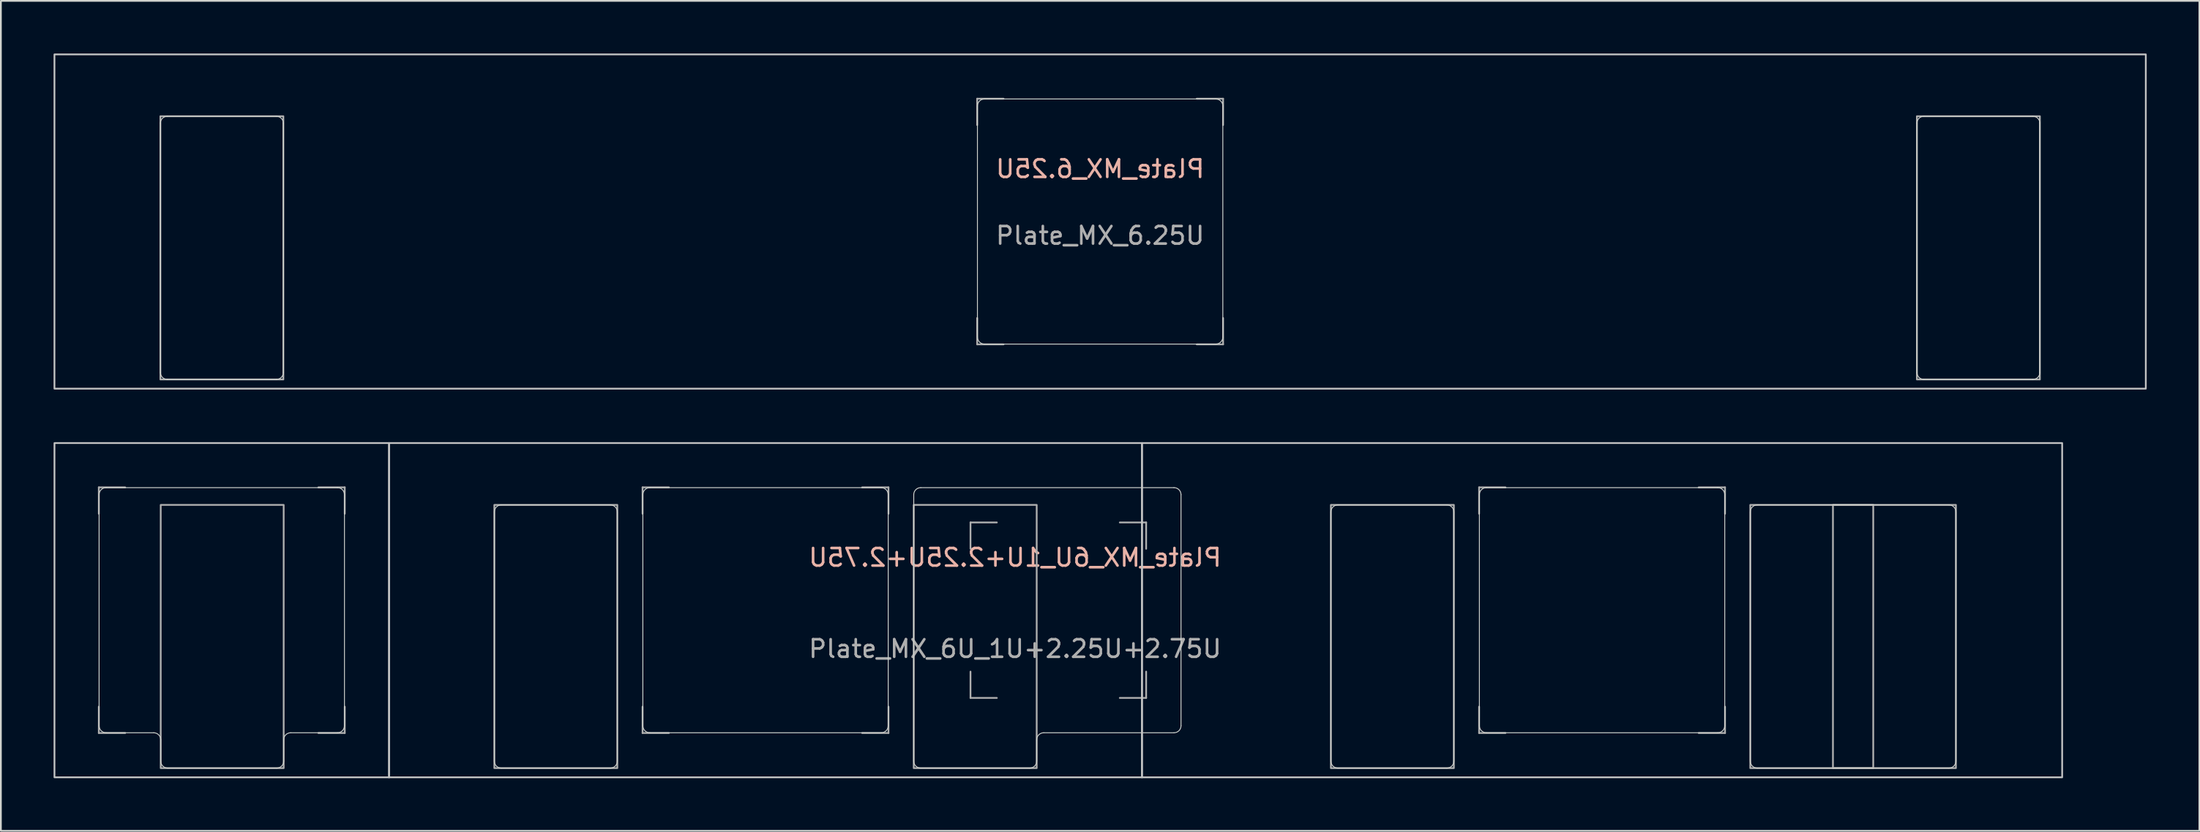
<source format=kicad_pcb>
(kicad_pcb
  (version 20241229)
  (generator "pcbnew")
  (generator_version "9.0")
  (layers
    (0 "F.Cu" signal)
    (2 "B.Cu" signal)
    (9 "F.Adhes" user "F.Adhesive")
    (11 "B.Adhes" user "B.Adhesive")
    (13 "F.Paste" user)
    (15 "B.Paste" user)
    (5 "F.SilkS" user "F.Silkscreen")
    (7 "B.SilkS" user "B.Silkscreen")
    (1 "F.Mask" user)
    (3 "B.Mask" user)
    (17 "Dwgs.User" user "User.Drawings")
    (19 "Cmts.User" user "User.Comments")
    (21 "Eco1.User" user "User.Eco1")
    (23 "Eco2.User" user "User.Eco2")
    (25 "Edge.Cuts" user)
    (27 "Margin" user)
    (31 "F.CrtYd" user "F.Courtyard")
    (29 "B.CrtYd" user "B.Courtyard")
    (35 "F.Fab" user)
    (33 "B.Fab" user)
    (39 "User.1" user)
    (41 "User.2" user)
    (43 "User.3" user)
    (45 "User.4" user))
  (footprint "Plate_MX_6U_1U+2.25U+2.75U"
    (layer "F.Cu")
    (at 54.739 31.725)
    (property "Reference" "Plate_MX_6U_1U+2.25U+2.75U" (at 0 -3 0) (layer "B.SilkS") (effects (font (size 1 1) (thickness 0.15)) (justify mirror)))
    (attr exclude_from_pos_files exclude_from_bom)
    (fp_rect (start -35.639 -9.525) (end -54.688 9.525) (stroke (width 0.1) (type default)) (fill no) (layer "Dwgs.User"))
    (fp_rect (start 7.224 -9.525) (end -35.639 9.525) (stroke (width 0.1) (type default)) (fill no) (layer "Dwgs.User"))
    (fp_rect (start 59.611 -9.525) (end 7.224 9.525) (stroke (width 0.1) (type default)) (fill no) (layer "Dwgs.User"))
    (fp_line (start -52.148 -6.585) (end -52.148 6.585) (stroke (width 0.05) (type default)) (layer "Edge.Cuts"))
    (fp_line (start -49.038 6.985) (end -51.748 6.985) (stroke (width 0.05) (type default)) (layer "Edge.Cuts"))
    (fp_line (start -48.639 7.385) (end -48.639 8.6) (stroke (width 0.05) (type default)) (layer "Edge.Cuts"))
    (fp_line (start -48.239 9) (end -42.038 9) (stroke (width 0.05) (type default)) (layer "Edge.Cuts"))
    (fp_line (start -41.639 8.6) (end -41.639 7.385) (stroke (width 0.05) (type default)) (layer "Edge.Cuts"))
    (fp_line (start -41.239 6.985) (end -38.578 6.985) (stroke (width 0.05) (type default)) (layer "Edge.Cuts"))
    (fp_line (start -38.578 -6.985) (end -51.748 -6.985) (stroke (width 0.05) (type default)) (layer "Edge.Cuts"))
    (fp_line (start -38.178 6.585) (end -38.178 -6.585) (stroke (width 0.05) (type default)) (layer "Edge.Cuts"))
    (fp_line (start -29.645 -5.6) (end -29.645 8.6) (stroke (width 0.05) (type default)) (layer "Edge.Cuts"))
    (fp_line (start -29.245 9) (end -23.045 9) (stroke (width 0.05) (type default)) (layer "Edge.Cuts"))
    (fp_line (start -23.045 -6) (end -29.245 -6) (stroke (width 0.05) (type default)) (layer "Edge.Cuts"))
    (fp_line (start -22.645 8.6) (end -22.645 -5.6) (stroke (width 0.05) (type default)) (layer "Edge.Cuts"))
    (fp_line (start -21.192 -6.585) (end -21.192 6.585) (stroke (width 0.05) (type default)) (layer "Edge.Cuts"))
    (fp_line (start -20.792 6.985) (end -7.622 6.985) (stroke (width 0.05) (type default)) (layer "Edge.Cuts"))
    (fp_line (start -7.622 -6.985) (end -20.792 -6.985) (stroke (width 0.05) (type default)) (layer "Edge.Cuts"))
    (fp_line (start -7.222 6.585) (end -7.222 -6.585) (stroke (width 0.05) (type default)) (layer "Edge.Cuts"))
    (fp_line (start -5.769 -6.585) (end -5.769 8.6) (stroke (width 0.05) (type default)) (layer "Edge.Cuts"))
    (fp_line (start -5.369 9) (end 0.831 9) (stroke (width 0.05) (type default)) (layer "Edge.Cuts"))
    (fp_line (start 1.231 8.6) (end 1.231 7.385) (stroke (width 0.05) (type default)) (layer "Edge.Cuts"))
    (fp_line (start 1.631 6.985) (end 9.046 6.985) (stroke (width 0.05) (type default)) (layer "Edge.Cuts"))
    (fp_line (start 9.046 -6.985) (end -5.369 -6.985) (stroke (width 0.05) (type default)) (layer "Edge.Cuts"))
    (fp_line (start 9.447 6.585) (end 9.447 -6.585) (stroke (width 0.05) (type default)) (layer "Edge.Cuts"))
    (fp_line (start 17.98 -5.6) (end 17.98 8.6) (stroke (width 0.05) (type default)) (layer "Edge.Cuts"))
    (fp_line (start 18.38 9) (end 24.58 9) (stroke (width 0.05) (type default)) (layer "Edge.Cuts"))
    (fp_line (start 24.58 -6) (end 18.38 -6) (stroke (width 0.05) (type default)) (layer "Edge.Cuts"))
    (fp_line (start 24.98 8.6) (end 24.98 -5.6) (stroke (width 0.05) (type default)) (layer "Edge.Cuts"))
    (fp_line (start 26.433 -6.585) (end 26.433 6.585) (stroke (width 0.05) (type default)) (layer "Edge.Cuts"))
    (fp_line (start 26.833 6.985) (end 40.003 6.985) (stroke (width 0.05) (type default)) (layer "Edge.Cuts"))
    (fp_line (start 40.003 -6.985) (end 26.833 -6.985) (stroke (width 0.05) (type default)) (layer "Edge.Cuts"))
    (fp_line (start 40.403 6.585) (end 40.403 -6.585) (stroke (width 0.05) (type default)) (layer "Edge.Cuts"))
    (fp_line (start 41.856 -5.6) (end 41.856 8.6) (stroke (width 0.05) (type default)) (layer "Edge.Cuts"))
    (fp_line (start 42.256 9) (end 53.161 9) (stroke (width 0.05) (type default)) (layer "Edge.Cuts"))
    (fp_line (start 53.161 -6) (end 42.256 -6) (stroke (width 0.05) (type default)) (layer "Edge.Cuts"))
    (fp_line (start 53.562 8.6) (end 53.562 -5.6) (stroke (width 0.05) (type default)) (layer "Edge.Cuts"))
    (fp_arc (start -52.1485 -6.585) (mid -52.031343 -6.867843) (end -51.7485 -6.985) (stroke (width 0.05) (type default)) (layer "Edge.Cuts"))
    (fp_arc (start -51.7485 6.985) (mid -52.031343 6.867843) (end -52.1485 6.585) (stroke (width 0.05) (type default)) (layer "Edge.Cuts"))
    (fp_arc (start -49.0385 6.985) (mid -48.755657 7.102157) (end -48.6385 7.385) (stroke (width 0.05) (type default)) (layer "Edge.Cuts"))
    (fp_arc (start -48.2385 9) (mid -48.521343 8.882843) (end -48.6385 8.6) (stroke (width 0.05) (type default)) (layer "Edge.Cuts"))
    (fp_arc (start -41.6385 7.385) (mid -41.521343 7.102157) (end -41.2385 6.985) (stroke (width 0.05) (type default)) (layer "Edge.Cuts"))
    (fp_arc (start -41.6385 8.6) (mid -41.755657 8.882843) (end -42.0385 9) (stroke (width 0.05) (type default)) (layer "Edge.Cuts"))
    (fp_arc (start -38.5785 -6.985) (mid -38.295657 -6.867843) (end -38.1785 -6.585) (stroke (width 0.05) (type default)) (layer "Edge.Cuts"))
    (fp_arc (start -38.1785 6.585) (mid -38.295657 6.867843) (end -38.5785 6.985) (stroke (width 0.05) (type default)) (layer "Edge.Cuts"))
    (fp_arc (start -29.64525 -5.6) (mid -29.52809 -5.882825) (end -29.24525 -6) (stroke (width 0.05) (type default)) (layer "Edge.Cuts"))
    (fp_arc (start -29.24525 9) (mid -29.528125 8.88286) (end -29.64525 8.6) (stroke (width 0.05) (type default)) (layer "Edge.Cuts"))
    (fp_arc (start -23.04525 -6) (mid -22.762375 -5.88286) (end -22.64525 -5.6) (stroke (width 0.05) (type default)) (layer "Edge.Cuts"))
    (fp_arc (start -22.64525 8.6) (mid -22.76241 8.882825) (end -23.04525 9) (stroke (width 0.05) (type default)) (layer "Edge.Cuts"))
    (fp_arc (start -21.19225 -6.585) (mid -21.07509 -6.867825) (end -20.79225 -6.985) (stroke (width 0.05) (type default)) (layer "Edge.Cuts"))
    (fp_arc (start -20.79225 6.985) (mid -21.075125 6.86786) (end -21.19225 6.585) (stroke (width 0.05) (type default)) (layer "Edge.Cuts"))
    (fp_arc (start -7.62225 -6.985) (mid -7.339375 -6.86786) (end -7.22225 -6.585) (stroke (width 0.05) (type default)) (layer "Edge.Cuts"))
    (fp_arc (start -7.22225 6.585) (mid -7.33941 6.867825) (end -7.62225 6.985) (stroke (width 0.05) (type default)) (layer "Edge.Cuts"))
    (fp_arc (start -5.76925 -6.585) (mid -5.65209 -6.867825) (end -5.36925 -6.985) (stroke (width 0.05) (type default)) (layer "Edge.Cuts"))
    (fp_arc (start -5.36925 9) (mid -5.652125 8.88286) (end -5.76925 8.6) (stroke (width 0.05) (type default)) (layer "Edge.Cuts"))
    (fp_arc (start 1.23075 7.385) (mid 1.347907 7.102157) (end 1.63075 6.985) (stroke (width 0.05) (type default)) (layer "Edge.Cuts"))
    (fp_arc (start 1.23075 8.6) (mid 1.113593 8.882843) (end 0.83075 9) (stroke (width 0.05) (type default)) (layer "Edge.Cuts"))
    (fp_arc (start 9.0465 -6.985) (mid 9.329343 -6.867843) (end 9.4465 -6.585) (stroke (width 0.05) (type default)) (layer "Edge.Cuts"))
    (fp_arc (start 9.4465 6.585) (mid 9.329343 6.867843) (end 9.0465 6.985) (stroke (width 0.05) (type default)) (layer "Edge.Cuts"))
    (fp_arc (start 17.97975 -5.6) (mid 18.096907 -5.882843) (end 18.37975 -6) (stroke (width 0.05) (type default)) (layer "Edge.Cuts"))
    (fp_arc (start 18.37975 9) (mid 18.096907 8.882843) (end 17.97975 8.6) (stroke (width 0.05) (type default)) (layer "Edge.Cuts"))
    (fp_arc (start 24.57975 -6) (mid 24.862593 -5.882843) (end 24.97975 -5.6) (stroke (width 0.05) (type default)) (layer "Edge.Cuts"))
    (fp_arc (start 24.97975 8.6) (mid 24.862593 8.882843) (end 24.57975 9) (stroke (width 0.05) (type default)) (layer "Edge.Cuts"))
    (fp_arc (start 26.43275 -6.585) (mid 26.549907 -6.867843) (end 26.83275 -6.985) (stroke (width 0.05) (type default)) (layer "Edge.Cuts"))
    (fp_arc (start 26.83275 6.985) (mid 26.549907 6.867843) (end 26.43275 6.585) (stroke (width 0.05) (type default)) (layer "Edge.Cuts"))
    (fp_arc (start 40.00275 -6.985) (mid 40.285593 -6.867843) (end 40.40275 -6.585) (stroke (width 0.05) (type default)) (layer "Edge.Cuts"))
    (fp_arc (start 40.40275 6.585) (mid 40.285593 6.867843) (end 40.00275 6.985) (stroke (width 0.05) (type default)) (layer "Edge.Cuts"))
    (fp_arc (start 41.85575 -5.6) (mid 41.972907 -5.882843) (end 42.25575 -6) (stroke (width 0.05) (type default)) (layer "Edge.Cuts"))
    (fp_arc (start 42.25575 9) (mid 41.972907 8.882843) (end 41.85575 8.6) (stroke (width 0.05) (type default)) (layer "Edge.Cuts"))
    (fp_arc (start 53.1615 -6) (mid 53.444343 -5.882843) (end 53.5615 -5.6) (stroke (width 0.05) (type default)) (layer "Edge.Cuts"))
    (fp_arc (start 53.5615 8.6) (mid 53.444343 8.882843) (end 53.1615 9) (stroke (width 0.05) (type default)) (layer "Edge.Cuts"))
    (fp_line (start -52.163 -5.5) (end -52.163 -7) (stroke (width 0.1) (type default)) (layer "F.Fab"))
    (fp_line (start -52.163 7) (end -52.163 5.5) (stroke (width 0.1) (type default)) (layer "F.Fab"))
    (fp_line (start -52.163 7) (end -50.663 7) (stroke (width 0.1) (type default)) (layer "F.Fab"))
    (fp_line (start -50.663 -7) (end -52.163 -7) (stroke (width 0.1) (type default)) (layer "F.Fab"))
    (fp_line (start -39.663 7) (end -38.163 7) (stroke (width 0.1) (type default)) (layer "F.Fab"))
    (fp_line (start -38.163 -7) (end -39.663 -7) (stroke (width 0.1) (type default)) (layer "F.Fab"))
    (fp_line (start -38.163 -7) (end -38.163 -5.5) (stroke (width 0.1) (type default)) (layer "F.Fab"))
    (fp_line (start -38.163 5.5) (end -38.163 7) (stroke (width 0.1) (type default)) (layer "F.Fab"))
    (fp_line (start -21.207 -5.5) (end -21.207 -7) (stroke (width 0.1) (type default)) (layer "F.Fab"))
    (fp_line (start -21.207 7) (end -21.207 5.5) (stroke (width 0.1) (type default)) (layer "F.Fab"))
    (fp_line (start -21.207 7) (end -19.707 7) (stroke (width 0.1) (type default)) (layer "F.Fab"))
    (fp_line (start -19.707 -7) (end -21.207 -7) (stroke (width 0.1) (type default)) (layer "F.Fab"))
    (fp_line (start -8.707 7) (end -7.207 7) (stroke (width 0.1) (type default)) (layer "F.Fab"))
    (fp_line (start -7.207 -7) (end -8.707 -7) (stroke (width 0.1) (type default)) (layer "F.Fab"))
    (fp_line (start -7.207 -7) (end -7.207 -5.5) (stroke (width 0.1) (type default)) (layer "F.Fab"))
    (fp_line (start -7.207 5.5) (end -7.207 7) (stroke (width 0.1) (type default)) (layer "F.Fab"))
    (fp_line (start -2.538 -3.5) (end -2.538 -5) (stroke (width 0.1) (type default)) (layer "F.Fab"))
    (fp_line (start -2.538 5) (end -2.538 3.5) (stroke (width 0.1) (type default)) (layer "F.Fab"))
    (fp_line (start -2.538 5) (end -1.038 5) (stroke (width 0.1) (type default)) (layer "F.Fab"))
    (fp_line (start -1.038 -5) (end -2.538 -5) (stroke (width 0.1) (type default)) (layer "F.Fab"))
    (fp_line (start 5.962 5) (end 7.462 5) (stroke (width 0.1) (type default)) (layer "F.Fab"))
    (fp_line (start 7.462 -5) (end 5.962 -5) (stroke (width 0.1) (type default)) (layer "F.Fab"))
    (fp_line (start 7.462 -5) (end 7.462 -3.5) (stroke (width 0.1) (type default)) (layer "F.Fab"))
    (fp_line (start 7.462 3.5) (end 7.462 5) (stroke (width 0.1) (type default)) (layer "F.Fab"))
    (fp_line (start 26.418 -5.5) (end 26.418 -7) (stroke (width 0.1) (type default)) (layer "F.Fab"))
    (fp_line (start 26.418 7) (end 26.418 5.5) (stroke (width 0.1) (type default)) (layer "F.Fab"))
    (fp_line (start 26.418 7) (end 27.918 7) (stroke (width 0.1) (type default)) (layer "F.Fab"))
    (fp_line (start 27.918 -7) (end 26.418 -7) (stroke (width 0.1) (type default)) (layer "F.Fab"))
    (fp_line (start 38.918 7) (end 40.418 7) (stroke (width 0.1) (type default)) (layer "F.Fab"))
    (fp_line (start 40.418 -7) (end 38.918 -7) (stroke (width 0.1) (type default)) (layer "F.Fab"))
    (fp_line (start 40.418 -7) (end 40.418 -5.5) (stroke (width 0.1) (type default)) (layer "F.Fab"))
    (fp_line (start 40.418 5.5) (end 40.418 7) (stroke (width 0.1) (type default)) (layer "F.Fab"))
    (fp_rect (start -41.639 -6) (end -48.639 9) (stroke (width 0.1) (type default)) (fill no) (layer "F.Fab"))
    (fp_rect (start -22.645 -6) (end -29.645 9) (stroke (width 0.1) (type default)) (fill no) (layer "F.Fab"))
    (fp_rect (start 1.231 -6) (end -5.769 9) (stroke (width 0.1) (type default)) (fill no) (layer "F.Fab"))
    (fp_rect (start 24.98 -6) (end 17.98 9) (stroke (width 0.1) (type default)) (fill no) (layer "F.Fab"))
    (fp_rect (start 48.856 -6) (end 41.856 9) (stroke (width 0.1) (type default)) (fill no) (layer "F.Fab"))
    (fp_rect (start 53.562 -6) (end 46.562 9) (stroke (width 0.1) (type default)) (fill no) (layer "F.Fab"))
    (fp_text user "${REFERENCE}" (at 0 2.2 0) (layer "F.Fab") (effects (font (size 1 1) (thickness 0.15)))))
  (footprint "Plate_MX_6.25U"
    (layer "F.Cu")
    (at 59.581 9.575)
    (property "Reference" "Plate_MX_6.25U" (at 0 -3 0) (layer "B.SilkS") (effects (font (size 1 1) (thickness 0.15)) (justify mirror)))
    (attr exclude_from_pos_files exclude_from_bom)
    (fp_rect (start -59.531 -9.525) (end 59.531 9.525) (stroke (width 0.1) (type solid)) (fill no) (layer "Dwgs.User"))
    (fp_line (start -53.5 8.6) (end -53.5 -5.6) (stroke (width 0.05) (type default)) (layer "Edge.Cuts"))
    (fp_line (start -53.1 -6) (end -46.9 -6) (stroke (width 0.05) (type default)) (layer "Edge.Cuts"))
    (fp_line (start -46.9 9) (end -53.1 9) (stroke (width 0.05) (type default)) (layer "Edge.Cuts"))
    (fp_line (start -46.5 -5.6) (end -46.5 8.6) (stroke (width 0.05) (type default)) (layer "Edge.Cuts"))
    (fp_line (start -6.985 6.585) (end -6.985 -6.585) (stroke (width 0.05) (type default)) (layer "Edge.Cuts"))
    (fp_line (start -6.585 -6.985) (end 6.585 -6.985) (stroke (width 0.05) (type default)) (layer "Edge.Cuts"))
    (fp_line (start 6.585 6.985) (end -6.585 6.985) (stroke (width 0.05) (type default)) (layer "Edge.Cuts"))
    (fp_line (start 6.985 -6.585) (end 6.985 6.585) (stroke (width 0.05) (type default)) (layer "Edge.Cuts"))
    (fp_line (start 46.5 8.6) (end 46.5 -5.6) (stroke (width 0.05) (type default)) (layer "Edge.Cuts"))
    (fp_line (start 46.9 -6) (end 53.1 -6) (stroke (width 0.05) (type default)) (layer "Edge.Cuts"))
    (fp_line (start 53.1 9) (end 46.9 9) (stroke (width 0.05) (type default)) (layer "Edge.Cuts"))
    (fp_line (start 53.5 -5.6) (end 53.5 8.6) (stroke (width 0.05) (type default)) (layer "Edge.Cuts"))
    (fp_arc (start -53.5 -5.6) (mid -53.382843 -5.882843) (end -53.1 -6) (stroke (width 0.05) (type default)) (layer "Edge.Cuts"))
    (fp_arc (start -53.1 9) (mid -53.382843 8.882843) (end -53.5 8.6) (stroke (width 0.05) (type default)) (layer "Edge.Cuts"))
    (fp_arc (start -46.9 -6) (mid -46.617157 -5.882843) (end -46.5 -5.6) (stroke (width 0.05) (type default)) (layer "Edge.Cuts"))
    (fp_arc (start -46.5 8.6) (mid -46.617157 8.882843) (end -46.9 9) (stroke (width 0.05) (type default)) (layer "Edge.Cuts"))
    (fp_arc (start -6.985 -6.585) (mid -6.867843 -6.867843) (end -6.585 -6.985) (stroke (width 0.05) (type default)) (layer "Edge.Cuts"))
    (fp_arc (start -6.585 6.985) (mid -6.867843 6.867843) (end -6.985 6.585) (stroke (width 0.05) (type default)) (layer "Edge.Cuts"))
    (fp_arc (start 6.585 -6.985) (mid 6.867843 -6.867843) (end 6.985 -6.585) (stroke (width 0.05) (type default)) (layer "Edge.Cuts"))
    (fp_arc (start 6.985 6.585) (mid 6.867843 6.867843) (end 6.585 6.985) (stroke (width 0.05) (type default)) (layer "Edge.Cuts"))
    (fp_arc (start 46.5 -5.6) (mid 46.617157 -5.882843) (end 46.9 -6) (stroke (width 0.05) (type default)) (layer "Edge.Cuts"))
    (fp_arc (start 46.9 9) (mid 46.617157 8.882843) (end 46.5 8.6) (stroke (width 0.05) (type default)) (layer "Edge.Cuts"))
    (fp_arc (start 53.1 -6) (mid 53.382843 -5.882843) (end 53.5 -5.6) (stroke (width 0.05) (type default)) (layer "Edge.Cuts"))
    (fp_arc (start 53.5 8.6) (mid 53.382843 8.882843) (end 53.1 9) (stroke (width 0.05) (type default)) (layer "Edge.Cuts"))
    (fp_line (start -7 -7) (end -7 -5.5) (stroke (width 0.1) (type default)) (layer "F.Fab"))
    (fp_line (start -7 -7) (end -5.5 -7) (stroke (width 0.1) (type default)) (layer "F.Fab"))
    (fp_line (start -7 5.5) (end -7 7) (stroke (width 0.1) (type default)) (layer "F.Fab"))
    (fp_line (start -5.5 7) (end -7 7) (stroke (width 0.1) (type default)) (layer "F.Fab"))
    (fp_line (start 5.5 -7) (end 7 -7) (stroke (width 0.1) (type default)) (layer "F.Fab"))
    (fp_line (start 7 -5.5) (end 7 -7) (stroke (width 0.1) (type default)) (layer "F.Fab"))
    (fp_line (start 7 7) (end 5.5 7) (stroke (width 0.1) (type default)) (layer "F.Fab"))
    (fp_line (start 7 7) (end 7 5.5) (stroke (width 0.1) (type default)) (layer "F.Fab"))
    (fp_rect (start -53.5 -6) (end -46.5 9) (stroke (width 0.1) (type default)) (fill no) (layer "F.Fab"))
    (fp_rect (start 46.5 -6) (end 53.5 9) (stroke (width 0.1) (type default)) (fill no) (layer "F.Fab"))
    (fp_text user "${REFERENCE}" (at 0 0.8 0) (layer "F.Fab") (effects (font (size 1 1) (thickness 0.15)))))
  (gr_rect
    (start -3 -3)
    (end 122.162 44.3)
    (stroke (width 0.1) (type default))
    (fill no)
    (layer "Edge.Cuts")))
</source>
